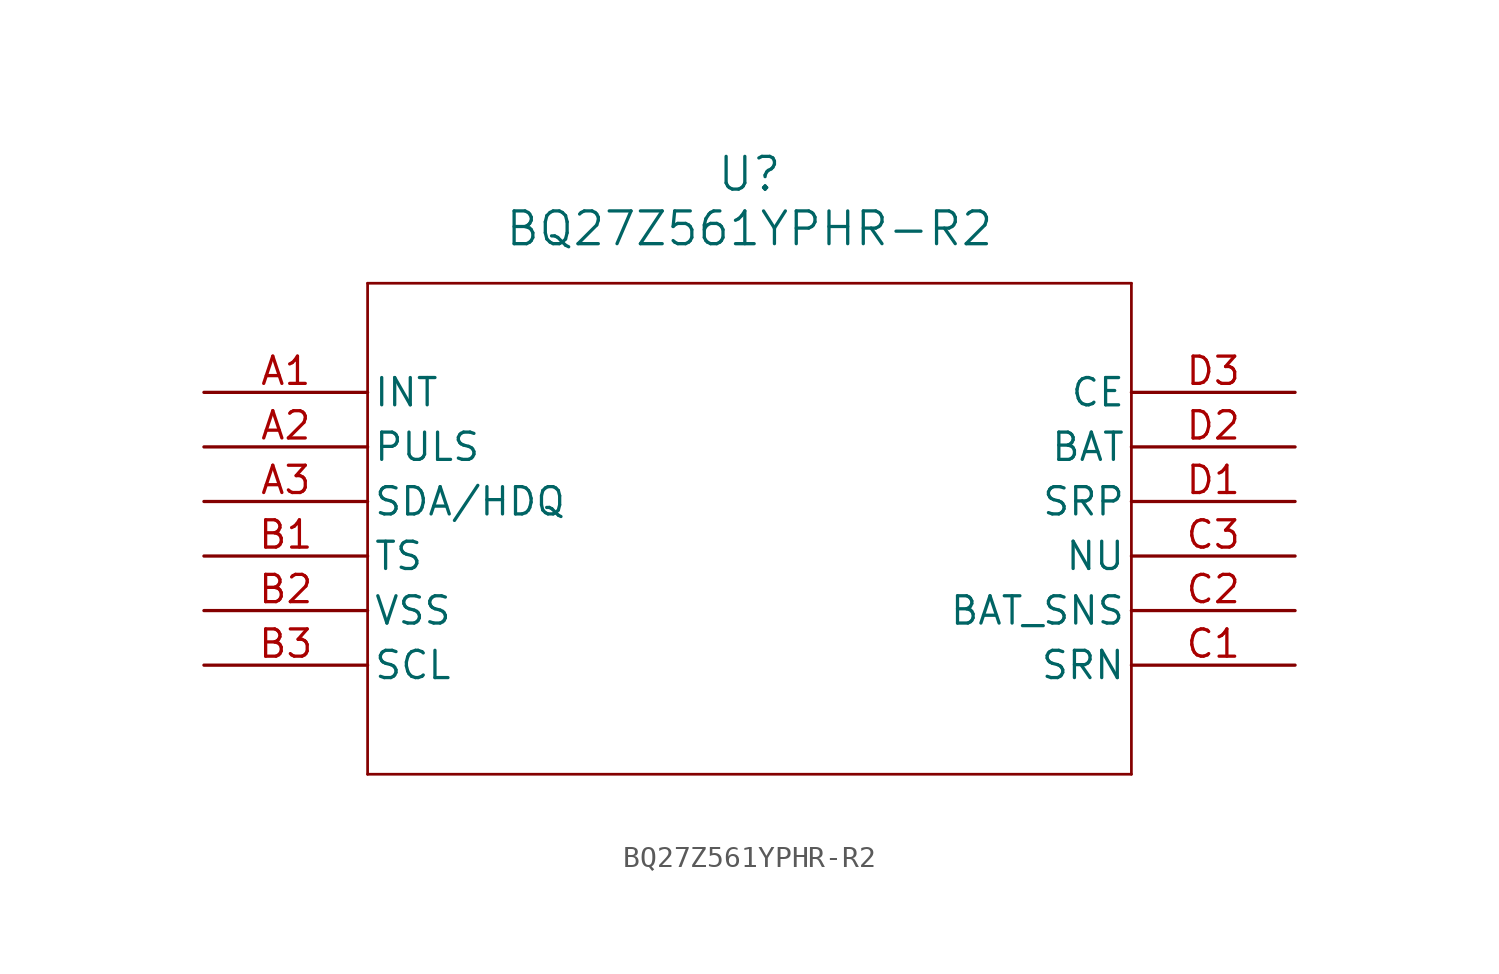
<source format=kicad_sym>
(kicad_symbol_lib
  (version 20211014)
  (generator kicad_symbol_editor)
  (symbol "BQ27Z561YPHR-R2"
    (pin_names
      (offset 0.254))
    (property "Reference" "U"
      (at 25.4 10.16 0)
      (effects (font (size 1.524 1.524))))
    (property "Value" "BQ27Z561YPHR-R2"
      (at 25.4 7.62 0)
      (effects (font (size 1.524 1.524))))
    (symbol "BQ27Z561YPHR-R2_0_1"
      (polyline (pts (xy 7.62 5.08) (xy 7.62 -17.78)) (stroke (width 0.127) (type default) (color 0 0 0 0)) (fill (type none)))
      (polyline (pts (xy 7.62 -17.78) (xy 43.18 -17.78)) (stroke (width 0.127) (type default) (color 0 0 0 0)) (fill (type none)))
      (polyline (pts (xy 43.18 -17.78) (xy 43.18 5.08)) (stroke (width 0.127) (type default) (color 0 0 0 0)) (fill (type none)))
      (polyline (pts (xy 43.18 5.08) (xy 7.62 5.08)) (stroke (width 0.127) (type default) (color 0 0 0 0)) (fill (type none)))
      (pin input line (at 0 0 0) (length 7.62) (name "INT" (effects (font (size 1.27 1.27)))) (number "A1" (effects (font (size 1.27 1.27)))))
      (pin unspecified line (at 0 -2.54 0) (length 7.62) (name "PULS" (effects (font (size 1.27 1.27)))) (number "A2" (effects (font (size 1.27 1.27)))))
      (pin unspecified line (at 0 -5.08 0) (length 7.62) (name "SDA/HDQ" (effects (font (size 1.27 1.27)))) (number "A3" (effects (font (size 1.27 1.27)))))
      (pin unspecified line (at 0 -7.62 0) (length 7.62) (name "TS" (effects (font (size 1.27 1.27)))) (number "B1" (effects (font (size 1.27 1.27)))))
      (pin power_out line (at 0 -10.16 0) (length 7.62) (name "VSS" (effects (font (size 1.27 1.27)))) (number "B2" (effects (font (size 1.27 1.27)))))
      (pin unspecified line (at 0 -12.7 0) (length 7.62) (name "SCL" (effects (font (size 1.27 1.27)))) (number "B3" (effects (font (size 1.27 1.27)))))
      (pin unspecified line (at 50.8 -12.7 180) (length 7.62) (name "SRN" (effects (font (size 1.27 1.27)))) (number "C1" (effects (font (size 1.27 1.27)))))
      (pin unspecified line (at 50.8 -10.16 180) (length 7.62) (name "BAT_SNS" (effects (font (size 1.27 1.27)))) (number "C2" (effects (font (size 1.27 1.27)))))
      (pin unspecified line (at 50.8 -7.62 180) (length 7.62) (name "NU" (effects (font (size 1.27 1.27)))) (number "C3" (effects (font (size 1.27 1.27)))))
      (pin unspecified line (at 50.8 -5.08 180) (length 7.62) (name "SRP" (effects (font (size 1.27 1.27)))) (number "D1" (effects (font (size 1.27 1.27)))))
      (pin unspecified line (at 50.8 -2.54 180) (length 7.62) (name "BAT" (effects (font (size 1.27 1.27)))) (number "D2" (effects (font (size 1.27 1.27)))))
      (pin unspecified line (at 50.8 0 180) (length 7.62) (name "CE" (effects (font (size 1.27 1.27)))) (number "D3" (effects (font (size 1.27 1.27))))))))
</source>
